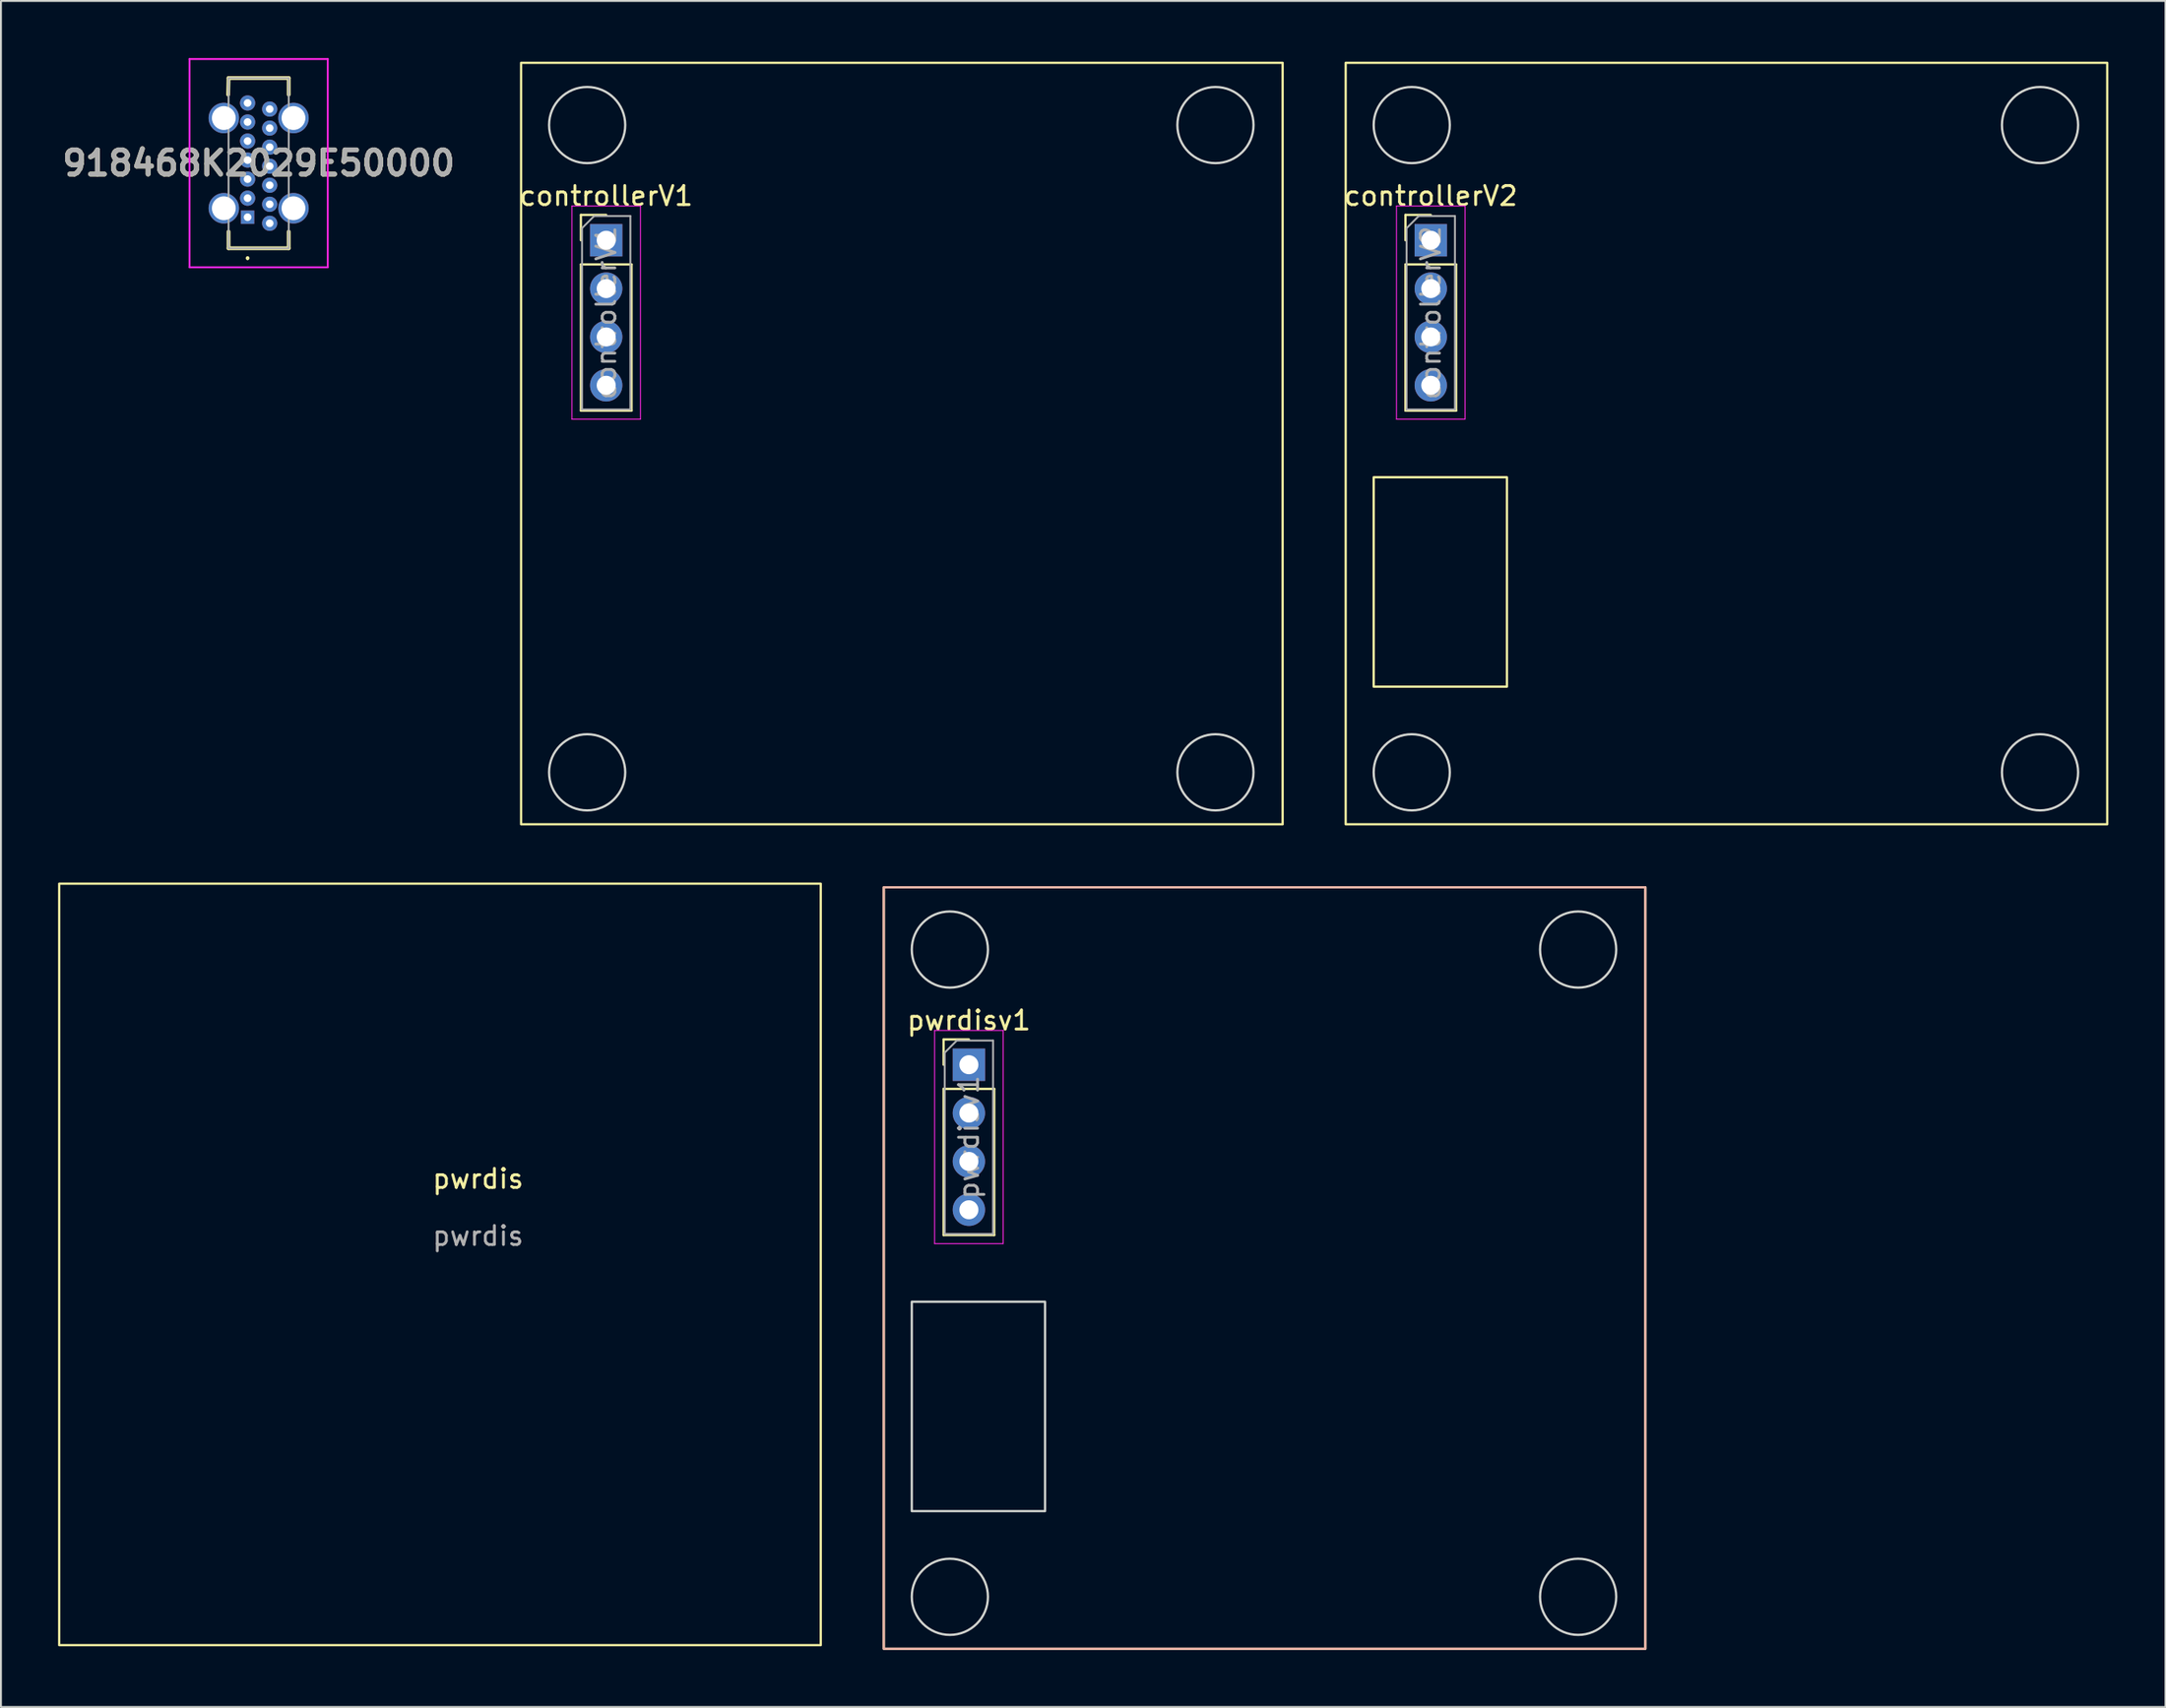
<source format=kicad_pcb>
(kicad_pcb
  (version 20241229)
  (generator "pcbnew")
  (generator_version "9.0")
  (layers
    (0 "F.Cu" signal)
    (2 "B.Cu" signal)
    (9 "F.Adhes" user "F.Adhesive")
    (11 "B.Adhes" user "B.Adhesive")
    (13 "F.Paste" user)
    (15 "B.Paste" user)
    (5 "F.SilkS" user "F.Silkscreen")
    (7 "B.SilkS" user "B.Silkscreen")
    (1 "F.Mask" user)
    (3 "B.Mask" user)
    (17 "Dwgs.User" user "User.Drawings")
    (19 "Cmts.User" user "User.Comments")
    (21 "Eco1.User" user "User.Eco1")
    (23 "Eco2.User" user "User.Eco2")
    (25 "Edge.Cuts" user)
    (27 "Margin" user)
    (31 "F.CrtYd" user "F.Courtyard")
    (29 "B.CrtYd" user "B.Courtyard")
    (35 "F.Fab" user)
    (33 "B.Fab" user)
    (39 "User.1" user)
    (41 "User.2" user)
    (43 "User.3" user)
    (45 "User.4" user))
  (footprint "controllerV1"
    (layer "F.Cu")
    (at 24.32 0.25)
    (property "Reference" "controllerV1" (at 4.47 6.99 0) (layer "F.SilkS") (effects (font (size 1 1) (thickness 0.15))))
    (attr through_hole)
    (fp_line (start 3.14 7.99) (end 4.47 7.99) (stroke (width 0.12) (type solid)) (layer "F.SilkS"))
    (fp_line (start 3.14 9.32) (end 3.14 7.99) (stroke (width 0.12) (type solid)) (layer "F.SilkS"))
    (fp_line (start 3.14 10.59) (end 3.14 18.27) (stroke (width 0.12) (type solid)) (layer "F.SilkS"))
    (fp_line (start 3.14 10.59) (end 5.8 10.59) (stroke (width 0.12) (type solid)) (layer "F.SilkS"))
    (fp_line (start 3.14 18.27) (end 5.8 18.27) (stroke (width 0.12) (type solid)) (layer "F.SilkS"))
    (fp_line (start 5.8 10.59) (end 5.8 18.27) (stroke (width 0.12) (type solid)) (layer "F.SilkS"))
    (fp_rect (start 0 0) (end 40 40) (stroke (width 0.12) (type solid)) (fill no) (layer "F.SilkS"))
    (fp_circle (center 3.47 3.27) (end 5.47 3.27) (stroke (width 0.12) (type solid)) (fill no) (layer "Edge.Cuts"))
    (fp_circle (center 3.47 37.27) (end 5.47 37.27) (stroke (width 0.12) (type solid)) (fill no) (layer "Edge.Cuts"))
    (fp_circle (center 36.47 3.27) (end 38.47 3.27) (stroke (width 0.12) (type solid)) (fill no) (layer "Edge.Cuts"))
    (fp_circle (center 36.47 37.27) (end 38.47 37.27) (stroke (width 0.12) (type solid)) (fill no) (layer "Edge.Cuts"))
    (fp_line (start 2.67 7.52) (end 2.67 18.72) (stroke (width 0.05) (type solid)) (layer "F.CrtYd"))
    (fp_line (start 2.67 18.72) (end 6.27 18.72) (stroke (width 0.05) (type solid)) (layer "F.CrtYd"))
    (fp_line (start 6.27 7.52) (end 2.67 7.52) (stroke (width 0.05) (type solid)) (layer "F.CrtYd"))
    (fp_line (start 6.27 18.72) (end 6.27 7.52) (stroke (width 0.05) (type solid)) (layer "F.CrtYd"))
    (fp_line (start 3.2 8.685) (end 3.835 8.05) (stroke (width 0.1) (type solid)) (layer "F.Fab"))
    (fp_line (start 3.2 18.21) (end 3.2 8.685) (stroke (width 0.1) (type solid)) (layer "F.Fab"))
    (fp_line (start 3.835 8.05) (end 5.74 8.05) (stroke (width 0.1) (type solid)) (layer "F.Fab"))
    (fp_line (start 5.74 8.05) (end 5.74 18.21) (stroke (width 0.1) (type solid)) (layer "F.Fab"))
    (fp_line (start 5.74 18.21) (end 3.2 18.21) (stroke (width 0.1) (type solid)) (layer "F.Fab"))
    (fp_text user "${REFERENCE}" (at 4.47 13.13 90) (layer "F.Fab") (effects (font (size 1 1) (thickness 0.15))))
    (pad "1" thru_hole rect (at 4.47 9.32) (size 1.7 1.7) (drill 1) (layers "*.Cu" "*.Mask"))
    (pad "2" thru_hole oval (at 4.47 11.86) (size 1.7 1.7) (drill 1) (layers "*.Cu" "*.Mask"))
    (pad "3" thru_hole oval (at 4.47 14.4) (size 1.7 1.7) (drill 1) (layers "*.Cu" "*.Mask"))
    (pad "4" thru_hole oval (at 4.47 16.94) (size 1.7 1.7) (drill 1) (layers "*.Cu" "*.Mask")))
  (footprint "pwrdisv1"
    (layer "F.Cu")
    (at 43.37 43.56)
    (property "Reference" "pwrdisv1" (at 4.47 6.99 0) (layer "F.SilkS") (effects (font (size 1 1) (thickness 0.15))))
    (attr through_hole)
    (fp_line (start 3.14 7.99) (end 4.47 7.99) (stroke (width 0.12) (type solid)) (layer "F.SilkS"))
    (fp_line (start 3.14 9.32) (end 3.14 7.99) (stroke (width 0.12) (type solid)) (layer "F.SilkS"))
    (fp_line (start 3.14 10.59) (end 3.14 18.27) (stroke (width 0.12) (type solid)) (layer "F.SilkS"))
    (fp_line (start 3.14 10.59) (end 5.8 10.59) (stroke (width 0.12) (type solid)) (layer "F.SilkS"))
    (fp_line (start 3.14 18.27) (end 5.8 18.27) (stroke (width 0.12) (type solid)) (layer "F.SilkS"))
    (fp_line (start 5.8 10.59) (end 5.8 18.27) (stroke (width 0.12) (type solid)) (layer "F.SilkS"))
    (fp_rect (start 0 0) (end 40 40) (stroke (width 0.12) (type solid)) (fill no) (layer "F.SilkS"))
    (fp_rect (start 0 0) (end 40 40) (stroke (width 0.12) (type solid)) (fill no) (layer "B.SilkS"))
    (fp_rect (start 1.47 21.77) (end 8.47 32.77) (stroke (width 0.12) (type solid)) (fill no) (layer "Edge.Cuts"))
    (fp_circle (center 3.47 3.27) (end 5.47 3.27) (stroke (width 0.12) (type solid)) (fill no) (layer "Edge.Cuts"))
    (fp_circle (center 3.47 37.27) (end 5.47 37.27) (stroke (width 0.12) (type solid)) (fill no) (layer "Edge.Cuts"))
    (fp_circle (center 36.47 3.27) (end 38.47 3.27) (stroke (width 0.12) (type solid)) (fill no) (layer "Edge.Cuts"))
    (fp_circle (center 36.47 37.27) (end 38.47 37.27) (stroke (width 0.12) (type solid)) (fill no) (layer "Edge.Cuts"))
    (fp_line (start 2.67 7.52) (end 2.67 18.72) (stroke (width 0.05) (type solid)) (layer "F.CrtYd"))
    (fp_line (start 2.67 18.72) (end 6.27 18.72) (stroke (width 0.05) (type solid)) (layer "F.CrtYd"))
    (fp_line (start 6.27 7.52) (end 2.67 7.52) (stroke (width 0.05) (type solid)) (layer "F.CrtYd"))
    (fp_line (start 6.27 18.72) (end 6.27 7.52) (stroke (width 0.05) (type solid)) (layer "F.CrtYd"))
    (fp_line (start 3.2 8.685) (end 3.835 8.05) (stroke (width 0.1) (type solid)) (layer "F.Fab"))
    (fp_line (start 3.2 18.21) (end 3.2 8.685) (stroke (width 0.1) (type solid)) (layer "F.Fab"))
    (fp_line (start 3.835 8.05) (end 5.74 8.05) (stroke (width 0.1) (type solid)) (layer "F.Fab"))
    (fp_line (start 5.74 8.05) (end 5.74 18.21) (stroke (width 0.1) (type solid)) (layer "F.Fab"))
    (fp_line (start 5.74 18.21) (end 3.2 18.21) (stroke (width 0.1) (type solid)) (layer "F.Fab"))
    (fp_text user "${REFERENCE}" (at 4.47 13.13 90) (layer "F.Fab") (effects (font (size 1 1) (thickness 0.15))))
    (pad "1" thru_hole rect (at 4.47 9.32) (size 1.7 1.7) (drill 1) (layers "*.Cu" "*.Mask"))
    (pad "2" thru_hole oval (at 4.47 11.86) (size 1.7 1.7) (drill 1) (layers "*.Cu" "*.Mask"))
    (pad "3" thru_hole oval (at 4.47 14.4) (size 1.7 1.7) (drill 1) (layers "*.Cu" "*.Mask"))
    (pad "4" thru_hole oval (at 4.47 16.94) (size 1.7 1.7) (drill 1) (layers "*.Cu" "*.Mask")))
  (footprint "pwrdis"
    (layer "F.Cu")
    (at 22.06 59.37)
    (property "Reference" "pwrdis" (at 0 -0.5 0) (unlocked yes) (layer "F.SilkS") (effects (font (size 1 1) (thickness 0.15))))
    (fp_rect (start -22 -16) (end 18 24) (stroke (width 0.12) (type solid)) (fill no) (layer "F.SilkS"))
    (fp_text user "${REFERENCE}" (at 0 2.5 0) (unlocked yes) (layer "F.Fab") (effects (font (size 1 1) (thickness 0.15)))))
  (footprint "918468K2029E50000"
    (layer "F.Cu")
    (at 9.955 8.36)
    (property "Reference" "918468K2029E50000" (at 0.58 -2.84 0) (layer "F.SilkS") (effects (font (size 1.27 1.27) (thickness 0.254))))
    (attr through_hole)
    (fp_line (start -1.02 -6.44) (end -1 -7.31) (stroke (width 0.2) (type solid)) (layer "F.SilkS"))
    (fp_line (start -1 -7.31) (end 2.16 -7.31) (stroke (width 0.2) (type solid)) (layer "F.SilkS"))
    (fp_line (start -1 0.76) (end -1 1.63) (stroke (width 0.2) (type solid)) (layer "F.SilkS"))
    (fp_line (start -1 1.63) (end 2.16 1.63) (stroke (width 0.2) (type solid)) (layer "F.SilkS"))
    (fp_line (start 0 2.1) (end 0 2.1) (stroke (width 0.1) (type solid)) (layer "F.SilkS"))
    (fp_line (start 0 2.2) (end 0 2.2) (stroke (width 0.1) (type solid)) (layer "F.SilkS"))
    (fp_line (start 2.16 -7.31) (end 2.16 -6.44) (stroke (width 0.2) (type solid)) (layer "F.SilkS"))
    (fp_line (start 2.16 1.63) (end 2.16 0.76) (stroke (width 0.2) (type solid)) (layer "F.SilkS"))
    (fp_arc (start 0 2.1) (mid 0.05 2.15) (end 0 2.2) (stroke (width 0.1) (type solid)) (layer "F.SilkS"))
    (fp_arc (start 0 2.2) (mid -0.05 2.15) (end 0 2.1) (stroke (width 0.1) (type solid)) (layer "F.SilkS"))
    (fp_line (start -3.05 -8.31) (end 4.21 -8.31) (stroke (width 0.1) (type solid)) (layer "F.CrtYd"))
    (fp_line (start -3.05 2.63) (end -3.05 -8.31) (stroke (width 0.1) (type solid)) (layer "F.CrtYd"))
    (fp_line (start 4.21 -8.31) (end 4.21 2.63) (stroke (width 0.1) (type solid)) (layer "F.CrtYd"))
    (fp_line (start 4.21 2.63) (end -3.05 2.63) (stroke (width 0.1) (type solid)) (layer "F.CrtYd"))
    (fp_line (start -1 -7.31) (end 2.16 -7.31) (stroke (width 0.1) (type solid)) (layer "F.Fab"))
    (fp_line (start -1 1.63) (end -1 -7.31) (stroke (width 0.1) (type solid)) (layer "F.Fab"))
    (fp_line (start 2.16 -7.31) (end 2.16 1.63) (stroke (width 0.1) (type solid)) (layer "F.Fab"))
    (fp_line (start 2.16 1.63) (end -1 1.63) (stroke (width 0.1) (type solid)) (layer "F.Fab"))
    (fp_text user "${REFERENCE}" (at 0.58 -2.84 0) (layer "F.Fab") (effects (font (size 1.27 1.27) (thickness 0.254))))
    (pad "A1" thru_hole rect (at 0 0) (size 0.7 0.7) (drill 0.4) (layers "*.Cu" "*.Mask"))
    (pad "A4" thru_hole circle (at 0 -1) (size 0.8 0.8) (drill 0.4) (layers "*.Cu" "*.Mask"))
    (pad "A5" thru_hole circle (at 0 -2) (size 0.8 0.8) (drill 0.4) (layers "*.Cu" "*.Mask"))
    (pad "A6" thru_hole circle (at 0 -3) (size 0.8 0.8) (drill 0.4) (layers "*.Cu" "*.Mask"))
    (pad "A7" thru_hole circle (at 0 -4) (size 0.8 0.8) (drill 0.4) (layers "*.Cu" "*.Mask"))
    (pad "A9" thru_hole circle (at 0 -5) (size 0.8 0.8) (drill 0.4) (layers "*.Cu" "*.Mask"))
    (pad "A12" thru_hole circle (at 0 -6) (size 0.8 0.8) (drill 0.4) (layers "*.Cu" "*.Mask"))
    (pad "B1" thru_hole circle (at 1.16 -5.68) (size 0.8 0.8) (drill 0.4) (layers "*.Cu" "*.Mask"))
    (pad "B4" thru_hole circle (at 1.16 -4.68) (size 0.8 0.8) (drill 0.4) (layers "*.Cu" "*.Mask"))
    (pad "B5" thru_hole circle (at 1.16 -3.68) (size 0.8 0.8) (drill 0.4) (layers "*.Cu" "*.Mask"))
    (pad "B6" thru_hole circle (at 1.16 -2.68) (size 0.8 0.8) (drill 0.4) (layers "*.Cu" "*.Mask"))
    (pad "B7" thru_hole circle (at 1.16 -1.68) (size 0.8 0.8) (drill 0.4) (layers "*.Cu" "*.Mask"))
    (pad "B9" thru_hole circle (at 1.16 -0.68) (size 0.8 0.8) (drill 0.4) (layers "*.Cu" "*.Mask"))
    (pad "B12" thru_hole circle (at 1.16 0.32) (size 0.8 0.8) (drill 0.4) (layers "*.Cu" "*.Mask"))
    (pad "MH1" thru_hole circle (at -1.25 -0.47) (size 1.6 1.6) (drill 1.25) (layers "*.Cu" "*.Mask"))
    (pad "MH2" thru_hole circle (at -1.25 -5.21) (size 1.6 1.6) (drill 1.25) (layers "*.Cu" "*.Mask"))
    (pad "MH3" thru_hole circle (at 2.41 -5.21) (size 1.6 1.6) (drill 1.25) (layers "*.Cu" "*.Mask"))
    (pad "MH4" thru_hole circle (at 2.41 -0.47) (size 1.6 1.6) (drill 1.25) (layers "*.Cu" "*.Mask")))
  (footprint "controllerV2"
    (layer "F.Cu")
    (at 67.63 0.25)
    (property "Reference" "controllerV2" (at 4.47 6.99 0) (layer "F.SilkS") (effects (font (size 1 1) (thickness 0.15))))
    (attr through_hole)
    (fp_line (start 3.14 7.99) (end 4.47 7.99) (stroke (width 0.12) (type solid)) (layer "F.SilkS"))
    (fp_line (start 3.14 9.32) (end 3.14 7.99) (stroke (width 0.12) (type solid)) (layer "F.SilkS"))
    (fp_line (start 3.14 10.59) (end 3.14 18.27) (stroke (width 0.12) (type solid)) (layer "F.SilkS"))
    (fp_line (start 3.14 10.59) (end 5.8 10.59) (stroke (width 0.12) (type solid)) (layer "F.SilkS"))
    (fp_line (start 3.14 18.27) (end 5.8 18.27) (stroke (width 0.12) (type solid)) (layer "F.SilkS"))
    (fp_line (start 5.8 10.59) (end 5.8 18.27) (stroke (width 0.12) (type solid)) (layer "F.SilkS"))
    (fp_rect (start 0 0) (end 40 40) (stroke (width 0.12) (type solid)) (fill no) (layer "F.SilkS"))
    (fp_rect (start 1.47 21.77) (end 8.47 32.77) (stroke (width 0.12) (type solid)) (fill no) (layer "F.SilkS"))
    (fp_circle (center 3.47 3.27) (end 5.47 3.27) (stroke (width 0.12) (type solid)) (fill no) (layer "Edge.Cuts"))
    (fp_circle (center 3.47 37.27) (end 5.47 37.27) (stroke (width 0.12) (type solid)) (fill no) (layer "Edge.Cuts"))
    (fp_circle (center 36.47 3.27) (end 38.47 3.27) (stroke (width 0.12) (type solid)) (fill no) (layer "Edge.Cuts"))
    (fp_circle (center 36.47 37.27) (end 38.47 37.27) (stroke (width 0.12) (type solid)) (fill no) (layer "Edge.Cuts"))
    (fp_line (start 2.67 7.52) (end 2.67 18.72) (stroke (width 0.05) (type solid)) (layer "F.CrtYd"))
    (fp_line (start 2.67 18.72) (end 6.27 18.72) (stroke (width 0.05) (type solid)) (layer "F.CrtYd"))
    (fp_line (start 6.27 7.52) (end 2.67 7.52) (stroke (width 0.05) (type solid)) (layer "F.CrtYd"))
    (fp_line (start 6.27 18.72) (end 6.27 7.52) (stroke (width 0.05) (type solid)) (layer "F.CrtYd"))
    (fp_line (start 3.2 8.685) (end 3.835 8.05) (stroke (width 0.1) (type solid)) (layer "F.Fab"))
    (fp_line (start 3.2 18.21) (end 3.2 8.685) (stroke (width 0.1) (type solid)) (layer "F.Fab"))
    (fp_line (start 3.835 8.05) (end 5.74 8.05) (stroke (width 0.1) (type solid)) (layer "F.Fab"))
    (fp_line (start 5.74 8.05) (end 5.74 18.21) (stroke (width 0.1) (type solid)) (layer "F.Fab"))
    (fp_line (start 5.74 18.21) (end 3.2 18.21) (stroke (width 0.1) (type solid)) (layer "F.Fab"))
    (fp_text user "${REFERENCE}" (at 4.47 13.13 90) (layer "F.Fab") (effects (font (size 1 1) (thickness 0.15))))
    (pad "1" thru_hole rect (at 4.47 9.32) (size 1.7 1.7) (drill 1) (layers "*.Cu" "*.Mask"))
    (pad "2" thru_hole oval (at 4.47 11.86) (size 1.7 1.7) (drill 1) (layers "*.Cu" "*.Mask"))
    (pad "3" thru_hole oval (at 4.47 14.4) (size 1.7 1.7) (drill 1) (layers "*.Cu" "*.Mask"))
    (pad "4" thru_hole oval (at 4.47 16.94) (size 1.7 1.7) (drill 1) (layers "*.Cu" "*.Mask")))
  (gr_rect
    (start -3 -3)
    (end 110.69 86.62)
    (stroke (width 0.1) (type default))
    (fill no)
    (layer "Edge.Cuts")))
</source>
